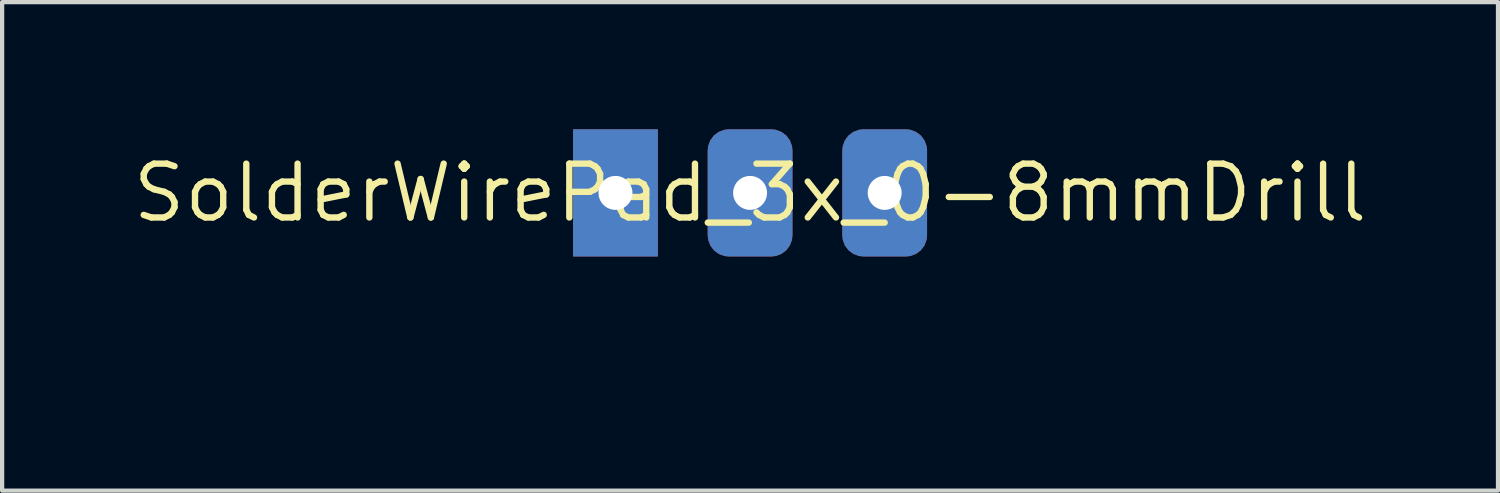
<source format=kicad_pcb>
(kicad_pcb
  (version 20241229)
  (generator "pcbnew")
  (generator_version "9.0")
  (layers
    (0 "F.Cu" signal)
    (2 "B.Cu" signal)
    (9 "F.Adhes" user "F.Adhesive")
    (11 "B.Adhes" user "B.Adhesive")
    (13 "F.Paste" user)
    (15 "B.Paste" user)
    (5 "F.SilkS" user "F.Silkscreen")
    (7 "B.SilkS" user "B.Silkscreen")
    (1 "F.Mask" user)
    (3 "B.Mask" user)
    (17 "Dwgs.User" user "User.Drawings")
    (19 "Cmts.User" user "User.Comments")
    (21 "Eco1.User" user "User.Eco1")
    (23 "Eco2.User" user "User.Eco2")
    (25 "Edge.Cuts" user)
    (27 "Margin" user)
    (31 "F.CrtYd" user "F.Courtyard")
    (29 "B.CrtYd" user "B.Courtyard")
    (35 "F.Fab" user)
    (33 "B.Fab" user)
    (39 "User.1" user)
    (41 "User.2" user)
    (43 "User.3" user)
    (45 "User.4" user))
  (footprint "SolderWirePad_3x_0-8mmDrill"
    (layer "F.Cu")
    (at 14.643 1.5)
    (property "Reference" "SolderWirePad_3x_0-8mmDrill" (at 0 0 0) (layer "F.SilkS") (effects (font (size 1.27 1.27) (thickness 0.15))))
    (attr through_hole)
    (fp_text user "" (at 0 3.81 0) (layer "F.SilkS") (effects (font (size 0.965 0.965) (thickness 0.071)) (justify right top)))
    (pad "1" thru_hole rect (at -3.175 0) (size 1.999 3) (drill 0.8) (layers "*.Cu" "*.Mask"))
    (pad "2" thru_hole roundrect (at 3.175 0) (size 1.999 3) (drill 0.8) (layers "*.Cu" "*.Mask") (roundrect_rratio 0.25))
    (pad "3" thru_hole roundrect (at 0 0) (size 1.999 3) (drill 0.8) (layers "*.Cu" "*.Mask") (roundrect_rratio 0.25)))
  (gr_rect
    (start -3 -3)
    (end 32.285 8.523)
    (stroke (width 0.1) (type default))
    (fill no)
    (layer "Edge.Cuts")))
</source>
